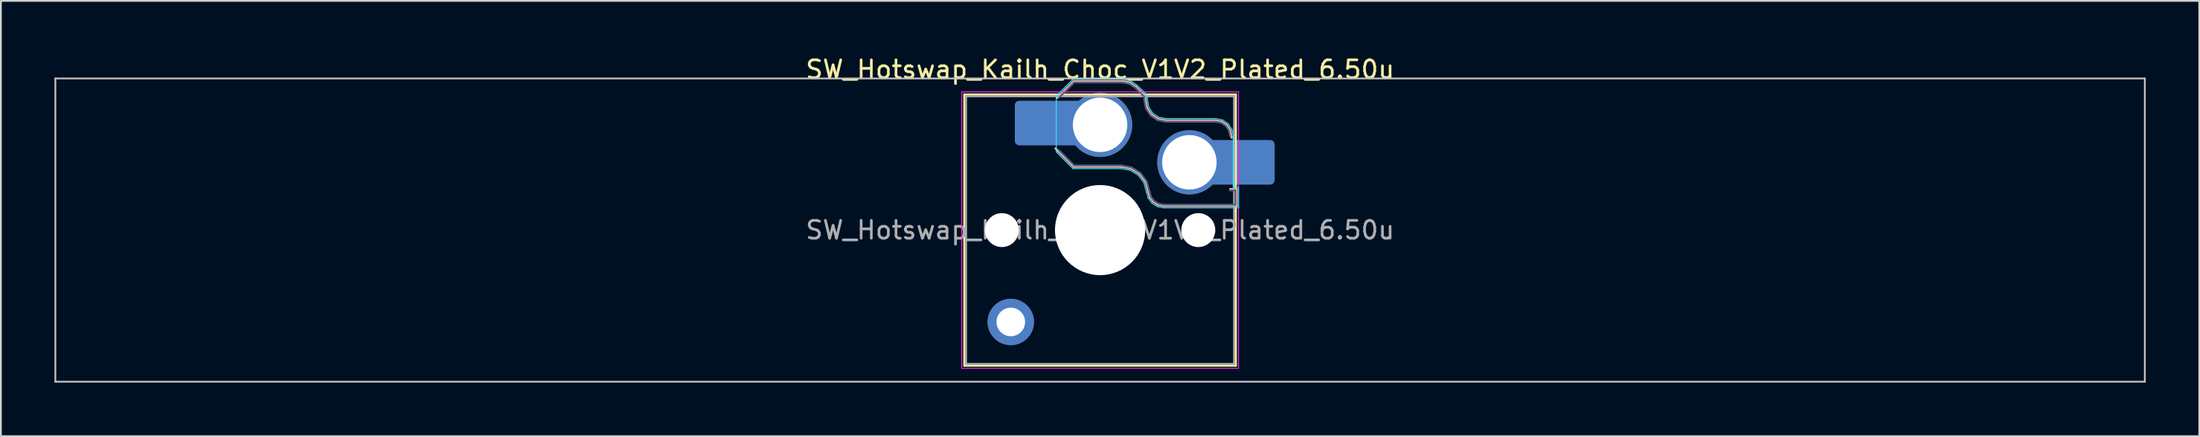
<source format=kicad_pcb>
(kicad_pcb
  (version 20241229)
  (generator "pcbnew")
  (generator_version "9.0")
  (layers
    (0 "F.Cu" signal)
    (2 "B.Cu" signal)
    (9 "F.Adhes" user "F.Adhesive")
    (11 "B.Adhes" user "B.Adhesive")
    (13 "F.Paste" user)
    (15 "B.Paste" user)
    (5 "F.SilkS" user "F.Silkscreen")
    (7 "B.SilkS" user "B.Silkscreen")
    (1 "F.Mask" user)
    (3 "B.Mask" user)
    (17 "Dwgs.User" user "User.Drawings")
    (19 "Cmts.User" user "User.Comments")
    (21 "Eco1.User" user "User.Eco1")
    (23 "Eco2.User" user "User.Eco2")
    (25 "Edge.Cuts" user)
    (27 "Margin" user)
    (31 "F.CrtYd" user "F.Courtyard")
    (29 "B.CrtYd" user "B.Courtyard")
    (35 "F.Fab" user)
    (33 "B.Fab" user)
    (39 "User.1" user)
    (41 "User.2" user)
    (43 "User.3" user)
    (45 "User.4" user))
  (footprint "SW_Hotswap_Kailh_Choc_V1V2_Plated_6.50u"
    (layer "F.Cu")
    (at 58.55 9.848)
    (property "Reference" "SW_Hotswap_Kailh_Choc_V1V2_Plated_6.50u" (at 0 -9 0) (layer "F.SilkS") (effects (font (size 1 1) (thickness 0.15))))
    (attr smd)
    (fp_line (start -7.6 -7.6) (end -7.6 7.6) (stroke (width 0.12) (type solid)) (layer "F.SilkS"))
    (fp_line (start -7.6 7.6) (end 7.6 7.6) (stroke (width 0.12) (type solid)) (layer "F.SilkS"))
    (fp_line (start 7.6 -7.6) (end -7.6 -7.6) (stroke (width 0.12) (type solid)) (layer "F.SilkS"))
    (fp_line (start 7.6 7.6) (end 7.6 -7.6) (stroke (width 0.12) (type solid)) (layer "F.SilkS"))
    (fp_line (start -2.416 -7.409) (end -1.479 -8.346) (stroke (width 0.12) (type solid)) (layer "B.SilkS"))
    (fp_line (start -1.479 -8.346) (end 1.268 -8.346) (stroke (width 0.12) (type solid)) (layer "B.SilkS"))
    (fp_line (start -1.479 -3.554) (end -2.5 -4.575) (stroke (width 0.12) (type solid)) (layer "B.SilkS"))
    (fp_line (start 1.168 -3.554) (end -1.479 -3.554) (stroke (width 0.12) (type solid)) (layer "B.SilkS"))
    (fp_line (start 1.268 -8.346) (end 1.671 -8.266) (stroke (width 0.12) (type solid)) (layer "B.SilkS"))
    (fp_line (start 1.671 -8.266) (end 2.013 -8.037) (stroke (width 0.12) (type solid)) (layer "B.SilkS"))
    (fp_line (start 1.73 -3.449) (end 1.168 -3.554) (stroke (width 0.12) (type solid)) (layer "B.SilkS"))
    (fp_line (start 2.013 -8.037) (end 2.546 -7.504) (stroke (width 0.12) (type solid)) (layer "B.SilkS"))
    (fp_line (start 2.209 -3.15) (end 1.73 -3.449) (stroke (width 0.12) (type solid)) (layer "B.SilkS"))
    (fp_line (start 2.546 -7.504) (end 2.546 -7.282) (stroke (width 0.12) (type solid)) (layer "B.SilkS"))
    (fp_line (start 2.546 -7.282) (end 2.633 -6.844) (stroke (width 0.12) (type solid)) (layer "B.SilkS"))
    (fp_line (start 2.547 -2.697) (end 2.209 -3.15) (stroke (width 0.12) (type solid)) (layer "B.SilkS"))
    (fp_line (start 2.633 -6.844) (end 2.877 -6.477) (stroke (width 0.12) (type solid)) (layer "B.SilkS"))
    (fp_line (start 2.701 -2.139) (end 2.547 -2.697) (stroke (width 0.12) (type solid)) (layer "B.SilkS"))
    (fp_line (start 2.783 -1.841) (end 2.701 -2.139) (stroke (width 0.12) (type solid)) (layer "B.SilkS"))
    (fp_line (start 2.877 -6.477) (end 3.244 -6.233) (stroke (width 0.12) (type solid)) (layer "B.SilkS"))
    (fp_line (start 2.976 -1.583) (end 2.783 -1.841) (stroke (width 0.12) (type solid)) (layer "B.SilkS"))
    (fp_line (start 3.244 -6.233) (end 3.682 -6.146) (stroke (width 0.12) (type solid)) (layer "B.SilkS"))
    (fp_line (start 3.25 -1.413) (end 2.976 -1.583) (stroke (width 0.12) (type solid)) (layer "B.SilkS"))
    (fp_line (start 3.56 -1.354) (end 3.25 -1.413) (stroke (width 0.12) (type solid)) (layer "B.SilkS"))
    (fp_line (start 3.682 -6.146) (end 6.482 -6.146) (stroke (width 0.12) (type solid)) (layer "B.SilkS"))
    (fp_line (start 6.482 -6.146) (end 6.809 -6.081) (stroke (width 0.12) (type solid)) (layer "B.SilkS"))
    (fp_line (start 6.809 -6.081) (end 7.092 -5.892) (stroke (width 0.12) (type solid)) (layer "B.SilkS"))
    (fp_line (start 7.092 -5.892) (end 7.281 -5.609) (stroke (width 0.12) (type solid)) (layer "B.SilkS"))
    (fp_line (start 7.281 -5.609) (end 7.366 -5.182) (stroke (width 0.12) (type solid)) (layer "B.SilkS"))
    (fp_line (start 7.283 -2.296) (end 7.646 -2.296) (stroke (width 0.12) (type solid)) (layer "B.SilkS"))
    (fp_line (start 7.646 -2.296) (end 7.646 -1.354) (stroke (width 0.12) (type solid)) (layer "B.SilkS"))
    (fp_line (start 7.646 -1.354) (end 3.56 -1.354) (stroke (width 0.12) (type solid)) (layer "B.SilkS"))
    (fp_line (start -58.5 -8.5) (end -58.5 8.5) (stroke (width 0.1) (type solid)) (layer "Dwgs.User"))
    (fp_line (start -58.5 8.5) (end 58.5 8.5) (stroke (width 0.1) (type solid)) (layer "Dwgs.User"))
    (fp_line (start 58.5 -8.5) (end -58.5 -8.5) (stroke (width 0.1) (type solid)) (layer "Dwgs.User"))
    (fp_line (start 58.5 8.5) (end 58.5 -8.5) (stroke (width 0.1) (type solid)) (layer "Dwgs.User"))
    (fp_line (start -7.25 -7.25) (end -7.25 7.25) (stroke (width 0.1) (type solid)) (layer "Eco1.User"))
    (fp_line (start -7.25 7.25) (end 7.25 7.25) (stroke (width 0.1) (type solid)) (layer "Eco1.User"))
    (fp_line (start 7.25 -7.25) (end -7.25 -7.25) (stroke (width 0.1) (type solid)) (layer "Eco1.User"))
    (fp_line (start 7.25 7.25) (end 7.25 -7.25) (stroke (width 0.1) (type solid)) (layer "Eco1.User"))
    (fp_line (start -2.452 -7.523) (end -1.523 -8.452) (stroke (width 0.05) (type solid)) (layer "B.CrtYd"))
    (fp_line (start -2.452 -4.377) (end -2.452 -7.523) (stroke (width 0.05) (type solid)) (layer "B.CrtYd"))
    (fp_line (start -1.523 -8.452) (end 1.278 -8.452) (stroke (width 0.05) (type solid)) (layer "B.CrtYd"))
    (fp_line (start -1.523 -3.448) (end -2.452 -4.377) (stroke (width 0.05) (type solid)) (layer "B.CrtYd"))
    (fp_line (start 1.159 -3.448) (end -1.523 -3.448) (stroke (width 0.05) (type solid)) (layer "B.CrtYd"))
    (fp_line (start 1.278 -8.452) (end 1.712 -8.366) (stroke (width 0.05) (type solid)) (layer "B.CrtYd"))
    (fp_line (start 1.691 -3.348) (end 1.159 -3.448) (stroke (width 0.05) (type solid)) (layer "B.CrtYd"))
    (fp_line (start 1.712 -8.366) (end 2.081 -8.119) (stroke (width 0.05) (type solid)) (layer "B.CrtYd"))
    (fp_line (start 2.081 -8.119) (end 2.652 -7.548) (stroke (width 0.05) (type solid)) (layer "B.CrtYd"))
    (fp_line (start 2.136 -3.071) (end 1.691 -3.348) (stroke (width 0.05) (type solid)) (layer "B.CrtYd"))
    (fp_line (start 2.45 -2.65) (end 2.136 -3.071) (stroke (width 0.05) (type solid)) (layer "B.CrtYd"))
    (fp_line (start 2.599 -2.111) (end 2.45 -2.65) (stroke (width 0.05) (type solid)) (layer "B.CrtYd"))
    (fp_line (start 2.652 -7.548) (end 2.652 -7.292) (stroke (width 0.05) (type solid)) (layer "B.CrtYd"))
    (fp_line (start 2.652 -7.292) (end 2.733 -6.885) (stroke (width 0.05) (type solid)) (layer "B.CrtYd"))
    (fp_line (start 2.687 -1.794) (end 2.599 -2.111) (stroke (width 0.05) (type solid)) (layer "B.CrtYd"))
    (fp_line (start 2.733 -6.885) (end 2.953 -6.553) (stroke (width 0.05) (type solid)) (layer "B.CrtYd"))
    (fp_line (start 2.903 -1.503) (end 2.687 -1.794) (stroke (width 0.05) (type solid)) (layer "B.CrtYd"))
    (fp_line (start 2.953 -6.553) (end 3.285 -6.333) (stroke (width 0.05) (type solid)) (layer "B.CrtYd"))
    (fp_line (start 3.211 -1.312) (end 2.903 -1.503) (stroke (width 0.05) (type solid)) (layer "B.CrtYd"))
    (fp_line (start 3.285 -6.333) (end 3.692 -6.252) (stroke (width 0.05) (type solid)) (layer "B.CrtYd"))
    (fp_line (start 3.55 -1.248) (end 3.211 -1.312) (stroke (width 0.05) (type solid)) (layer "B.CrtYd"))
    (fp_line (start 3.692 -6.252) (end 6.492 -6.252) (stroke (width 0.05) (type solid)) (layer "B.CrtYd"))
    (fp_line (start 6.492 -6.252) (end 6.85 -6.181) (stroke (width 0.05) (type solid)) (layer "B.CrtYd"))
    (fp_line (start 6.85 -6.181) (end 7.168 -5.968) (stroke (width 0.05) (type solid)) (layer "B.CrtYd"))
    (fp_line (start 7.168 -5.968) (end 7.381 -5.65) (stroke (width 0.05) (type solid)) (layer "B.CrtYd"))
    (fp_line (start 7.381 -5.65) (end 7.452 -5.292) (stroke (width 0.05) (type solid)) (layer "B.CrtYd"))
    (fp_line (start 7.452 -5.292) (end 7.452 -2.402) (stroke (width 0.05) (type solid)) (layer "B.CrtYd"))
    (fp_line (start 7.452 -2.402) (end 7.752 -2.402) (stroke (width 0.05) (type solid)) (layer "B.CrtYd"))
    (fp_line (start 7.752 -2.402) (end 7.752 -1.248) (stroke (width 0.05) (type solid)) (layer "B.CrtYd"))
    (fp_line (start 7.752 -1.248) (end 3.55 -1.248) (stroke (width 0.05) (type solid)) (layer "B.CrtYd"))
    (fp_line (start -7.75 -7.75) (end -7.75 7.75) (stroke (width 0.05) (type solid)) (layer "F.CrtYd"))
    (fp_line (start -7.75 7.75) (end 7.75 7.75) (stroke (width 0.05) (type solid)) (layer "F.CrtYd"))
    (fp_line (start 7.75 -7.75) (end -7.75 -7.75) (stroke (width 0.05) (type solid)) (layer "F.CrtYd"))
    (fp_line (start 7.75 7.75) (end 7.75 -7.75) (stroke (width 0.05) (type solid)) (layer "F.CrtYd"))
    (fp_line (start -2.275 -7.45) (end -1.45 -8.275) (stroke (width 0.1) (type solid)) (layer "B.Fab"))
    (fp_line (start -1.45 -8.275) (end 1.261 -8.275) (stroke (width 0.1) (type solid)) (layer "B.Fab"))
    (fp_line (start -1.45 -3.625) (end -2.275 -4.45) (stroke (width 0.1) (type solid)) (layer "B.Fab"))
    (fp_line (start 1.175 -3.625) (end -1.45 -3.625) (stroke (width 0.1) (type solid)) (layer "B.Fab"))
    (fp_line (start 1.261 -8.275) (end 1.643 -8.199) (stroke (width 0.1) (type solid)) (layer "B.Fab"))
    (fp_line (start 1.643 -8.199) (end 1.968 -7.982) (stroke (width 0.1) (type solid)) (layer "B.Fab"))
    (fp_line (start 1.756 -3.516) (end 1.175 -3.625) (stroke (width 0.1) (type solid)) (layer "B.Fab"))
    (fp_line (start 1.968 -7.982) (end 2.475 -7.475) (stroke (width 0.1) (type solid)) (layer "B.Fab"))
    (fp_line (start 2.258 -3.203) (end 1.756 -3.516) (stroke (width 0.1) (type solid)) (layer "B.Fab"))
    (fp_line (start 2.475 -7.475) (end 2.475 -7.275) (stroke (width 0.1) (type solid)) (layer "B.Fab"))
    (fp_line (start 2.475 -7.275) (end 2.566 -6.816) (stroke (width 0.1) (type solid)) (layer "B.Fab"))
    (fp_line (start 2.566 -6.816) (end 2.826 -6.426) (stroke (width 0.1) (type solid)) (layer "B.Fab"))
    (fp_line (start 2.612 -2.729) (end 2.258 -3.203) (stroke (width 0.1) (type solid)) (layer "B.Fab"))
    (fp_line (start 2.769 -2.158) (end 2.612 -2.729) (stroke (width 0.1) (type solid)) (layer "B.Fab"))
    (fp_line (start 2.826 -6.426) (end 3.216 -6.166) (stroke (width 0.1) (type solid)) (layer "B.Fab"))
    (fp_line (start 2.848 -1.873) (end 2.769 -2.158) (stroke (width 0.1) (type solid)) (layer "B.Fab"))
    (fp_line (start 3.025 -1.636) (end 2.848 -1.873) (stroke (width 0.1) (type solid)) (layer "B.Fab"))
    (fp_line (start 3.216 -6.166) (end 3.675 -6.075) (stroke (width 0.1) (type solid)) (layer "B.Fab"))
    (fp_line (start 3.276 -1.48) (end 3.025 -1.636) (stroke (width 0.1) (type solid)) (layer "B.Fab"))
    (fp_line (start 3.567 -1.425) (end 3.276 -1.48) (stroke (width 0.1) (type solid)) (layer "B.Fab"))
    (fp_line (start 3.675 -6.075) (end 6.475 -6.075) (stroke (width 0.1) (type solid)) (layer "B.Fab"))
    (fp_line (start 6.475 -6.075) (end 6.781 -6.014) (stroke (width 0.1) (type solid)) (layer "B.Fab"))
    (fp_line (start 6.781 -6.014) (end 7.041 -5.841) (stroke (width 0.1) (type solid)) (layer "B.Fab"))
    (fp_line (start 7.041 -5.841) (end 7.214 -5.581) (stroke (width 0.1) (type solid)) (layer "B.Fab"))
    (fp_line (start 7.214 -5.581) (end 7.275 -5.275) (stroke (width 0.1) (type solid)) (layer "B.Fab"))
    (fp_line (start 7.275 -2.225) (end 7.575 -2.225) (stroke (width 0.1) (type solid)) (layer "B.Fab"))
    (fp_line (start 7.575 -2.225) (end 7.575 -1.425) (stroke (width 0.1) (type solid)) (layer "B.Fab"))
    (fp_line (start 7.575 -1.425) (end 3.567 -1.425) (stroke (width 0.1) (type solid)) (layer "B.Fab"))
    (fp_line (start -7.5 -7.5) (end -7.5 7.5) (stroke (width 0.1) (type solid)) (layer "F.Fab"))
    (fp_line (start -7.5 7.5) (end 7.5 7.5) (stroke (width 0.1) (type solid)) (layer "F.Fab"))
    (fp_line (start 7.5 -7.5) (end -7.5 -7.5) (stroke (width 0.1) (type solid)) (layer "F.Fab"))
    (fp_line (start 7.5 7.5) (end 7.5 -7.5) (stroke (width 0.1) (type solid)) (layer "F.Fab"))
    (fp_text user "${REFERENCE}" (at 0 0 0) (layer "F.Fab") (effects (font (size 1 1) (thickness 0.15))))
    (pad "" np_thru_hole circle (at -5.5 0) (size 1.9 1.9) (drill 1.9) (layers "*.Cu" "*.Mask"))
    (pad "" thru_hole circle (at -5 5.15) (size 2.6 2.6) (drill 1.6) (layers "*.Cu" "*.Mask"))
    (pad "" smd roundrect (at -3.5 -6) (size 2.55 2.5) (layers "B.Mask" "B.Paste") (roundrect_rratio 0.1))
    (pad "" np_thru_hole circle (at 0 0) (size 5.05 5.05) (drill 5.05) (layers "*.Cu" "*.Mask"))
    (pad "" np_thru_hole circle (at 5.5 0) (size 1.9 1.9) (drill 1.9) (layers "*.Cu" "*.Mask"))
    (pad "" smd roundrect (at 8.5 -3.8) (size 2.55 2.5) (layers "B.Mask" "B.Paste") (roundrect_rratio 0.1))
    (pad "1" smd roundrect (at -2.85 -6) (size 3.85 2.5) (layers "B.Cu") (roundrect_rratio 0.1))
    (pad "1" thru_hole circle (at 0 -5.9) (size 3.6 3.6) (drill 3.05) (layers "*.Cu" "*.Mask"))
    (pad "2" thru_hole circle (at 5 -3.8) (size 3.6 3.6) (drill 3.05) (layers "*.Cu" "*.Mask"))
    (pad "2" smd roundrect (at 7.85 -3.8) (size 3.85 2.5) (layers "B.Cu") (roundrect_rratio 0.1)))
  (gr_rect
    (start -3 -3)
    (end 120.1 21.398)
    (stroke (width 0.1) (type default))
    (fill no)
    (layer "Edge.Cuts")))
</source>
